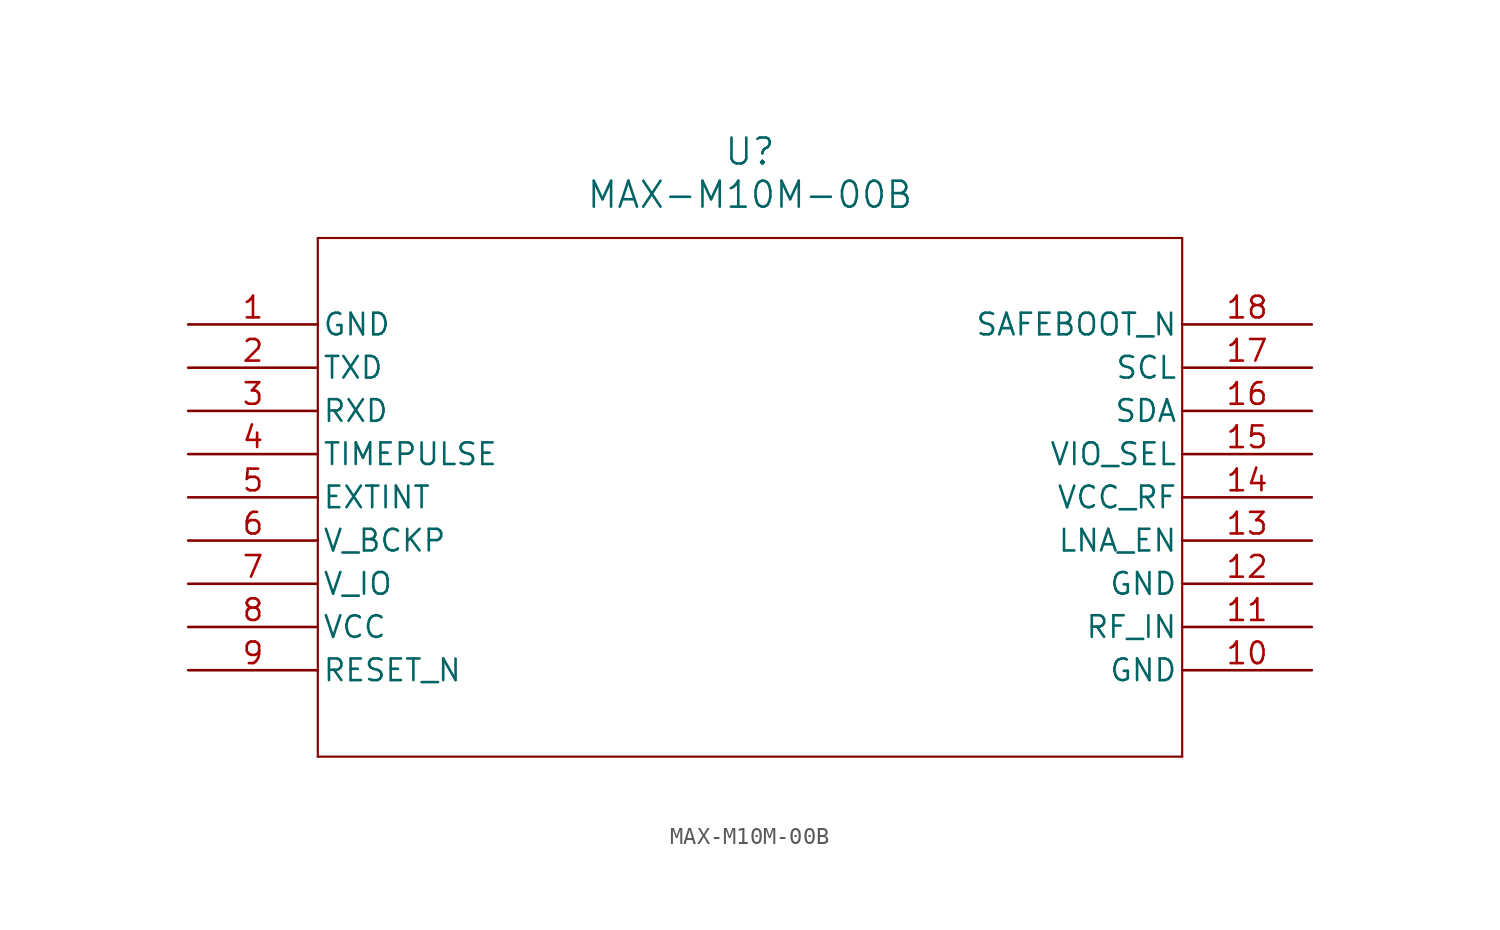
<source format=kicad_sym>
(kicad_symbol_lib
  (version 20211014)
  (generator kicad_symbol_editor)
  (symbol "MAX-M10M-00B"
    (pin_names
      (offset 0.254))
    (property "Reference" "U"
      (at 33.02 10.16 0)
      (effects (font (size 1.524 1.524))))
    (property "Value" "MAX-M10M-00B"
      (at 33.02 7.62 0)
      (effects (font (size 1.524 1.524))))
    (symbol "MAX-M10M-00B_0_1"
      (polyline (pts (xy 7.62 5.08) (xy 7.62 -25.4)) (stroke (width 0.127) (type default) (color 0 0 0 0)) (fill (type none)))
      (polyline (pts (xy 7.62 -25.4) (xy 58.42 -25.4)) (stroke (width 0.127) (type default) (color 0 0 0 0)) (fill (type none)))
      (polyline (pts (xy 58.42 -25.4) (xy 58.42 5.08)) (stroke (width 0.127) (type default) (color 0 0 0 0)) (fill (type none)))
      (polyline (pts (xy 58.42 5.08) (xy 7.62 5.08)) (stroke (width 0.127) (type default) (color 0 0 0 0)) (fill (type none)))
      (pin power_out line (at 0 0 0) (length 7.62) (name "GND" (effects (font (size 1.27 1.27)))) (number "1" (effects (font (size 1.27 1.27)))))
      (pin output line (at 0 -2.54 0) (length 7.62) (name "TXD" (effects (font (size 1.27 1.27)))) (number "2" (effects (font (size 1.27 1.27)))))
      (pin input line (at 0 -5.08 0) (length 7.62) (name "RXD" (effects (font (size 1.27 1.27)))) (number "3" (effects (font (size 1.27 1.27)))))
      (pin output line (at 0 -7.62 0) (length 7.62) (name "TIMEPULSE" (effects (font (size 1.27 1.27)))) (number "4" (effects (font (size 1.27 1.27)))))
      (pin input line (at 0 -10.16 0) (length 7.62) (name "EXTINT" (effects (font (size 1.27 1.27)))) (number "5" (effects (font (size 1.27 1.27)))))
      (pin power_in line (at 0 -12.7 0) (length 7.62) (name "V_BCKP" (effects (font (size 1.27 1.27)))) (number "6" (effects (font (size 1.27 1.27)))))
      (pin power_in line (at 0 -15.24 0) (length 7.62) (name "V_IO" (effects (font (size 1.27 1.27)))) (number "7" (effects (font (size 1.27 1.27)))))
      (pin power_in line (at 0 -17.78 0) (length 7.62) (name "VCC" (effects (font (size 1.27 1.27)))) (number "8" (effects (font (size 1.27 1.27)))))
      (pin input line (at 0 -20.32 0) (length 7.62) (name "RESET_N" (effects (font (size 1.27 1.27)))) (number "9" (effects (font (size 1.27 1.27)))))
      (pin power_out line (at 66.04 -20.32 180) (length 7.62) (name "GND" (effects (font (size 1.27 1.27)))) (number "10" (effects (font (size 1.27 1.27)))))
      (pin input line (at 66.04 -17.78 180) (length 7.62) (name "RF_IN" (effects (font (size 1.27 1.27)))) (number "11" (effects (font (size 1.27 1.27)))))
      (pin power_out line (at 66.04 -15.24 180) (length 7.62) (name "GND" (effects (font (size 1.27 1.27)))) (number "12" (effects (font (size 1.27 1.27)))))
      (pin output line (at 66.04 -12.7 180) (length 7.62) (name "LNA_EN" (effects (font (size 1.27 1.27)))) (number "13" (effects (font (size 1.27 1.27)))))
      (pin output line (at 66.04 -10.16 180) (length 7.62) (name "VCC_RF" (effects (font (size 1.27 1.27)))) (number "14" (effects (font (size 1.27 1.27)))))
      (pin input line (at 66.04 -7.62 180) (length 7.62) (name "VIO_SEL" (effects (font (size 1.27 1.27)))) (number "15" (effects (font (size 1.27 1.27)))))
      (pin bidirectional line (at 66.04 -5.08 180) (length 7.62) (name "SDA" (effects (font (size 1.27 1.27)))) (number "16" (effects (font (size 1.27 1.27)))))
      (pin input line (at 66.04 -2.54 180) (length 7.62) (name "SCL" (effects (font (size 1.27 1.27)))) (number "17" (effects (font (size 1.27 1.27)))))
      (pin input line (at 66.04 0 180) (length 7.62) (name "SAFEBOOT_N" (effects (font (size 1.27 1.27)))) (number "18" (effects (font (size 1.27 1.27))))))))
</source>
